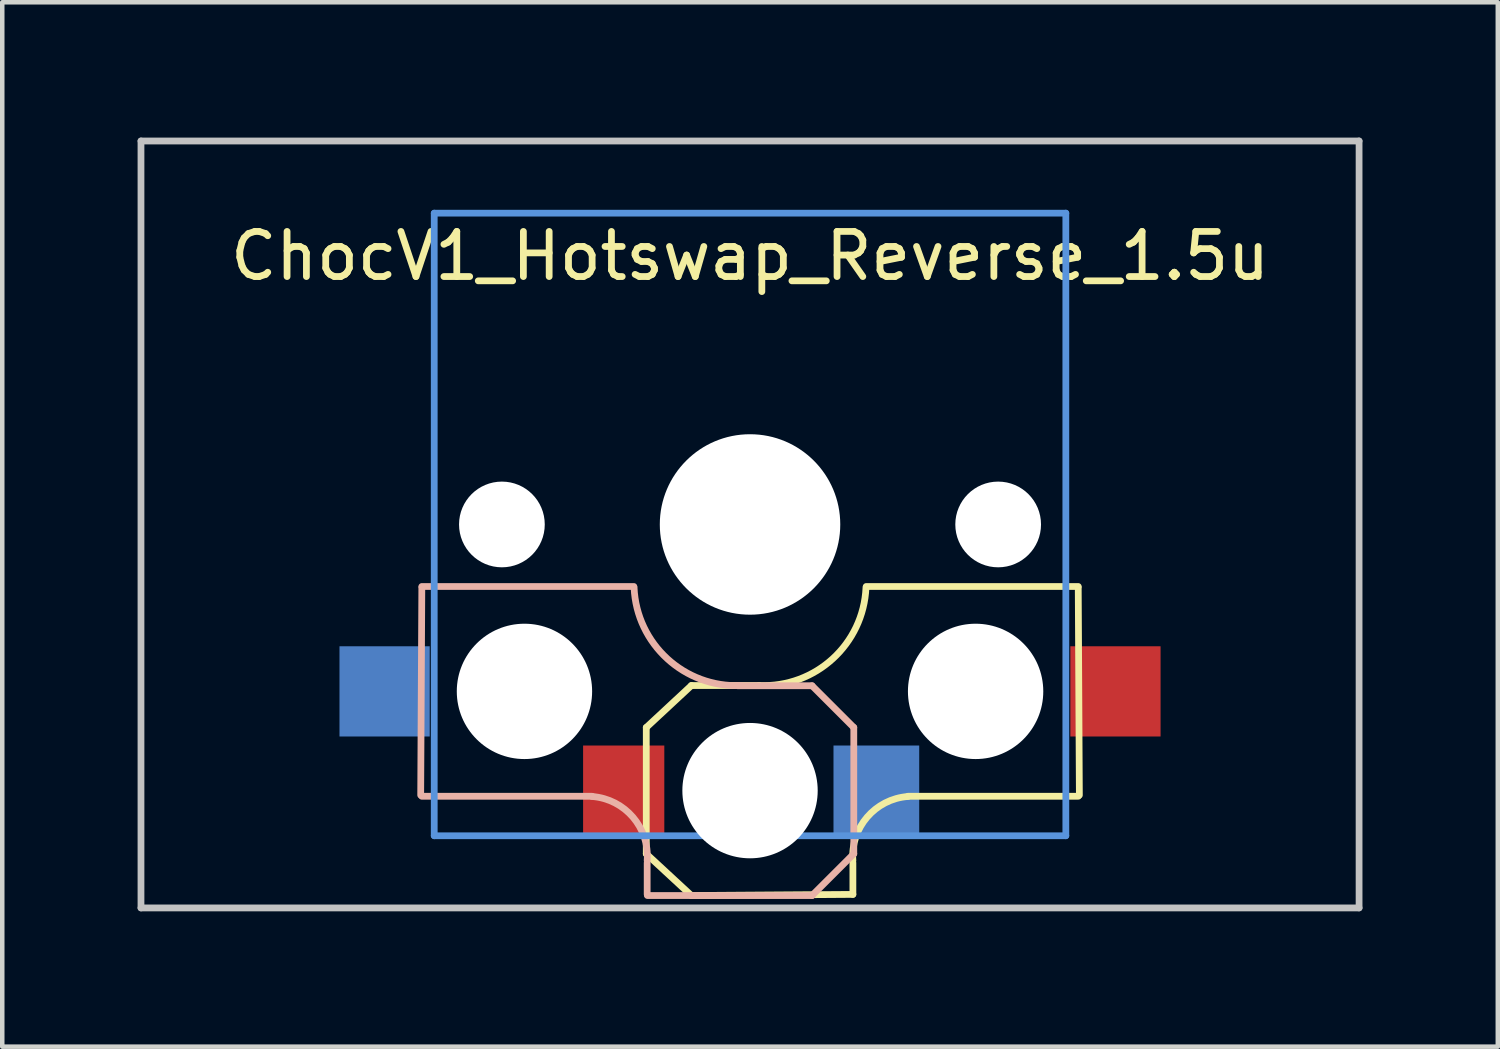
<source format=kicad_pcb>
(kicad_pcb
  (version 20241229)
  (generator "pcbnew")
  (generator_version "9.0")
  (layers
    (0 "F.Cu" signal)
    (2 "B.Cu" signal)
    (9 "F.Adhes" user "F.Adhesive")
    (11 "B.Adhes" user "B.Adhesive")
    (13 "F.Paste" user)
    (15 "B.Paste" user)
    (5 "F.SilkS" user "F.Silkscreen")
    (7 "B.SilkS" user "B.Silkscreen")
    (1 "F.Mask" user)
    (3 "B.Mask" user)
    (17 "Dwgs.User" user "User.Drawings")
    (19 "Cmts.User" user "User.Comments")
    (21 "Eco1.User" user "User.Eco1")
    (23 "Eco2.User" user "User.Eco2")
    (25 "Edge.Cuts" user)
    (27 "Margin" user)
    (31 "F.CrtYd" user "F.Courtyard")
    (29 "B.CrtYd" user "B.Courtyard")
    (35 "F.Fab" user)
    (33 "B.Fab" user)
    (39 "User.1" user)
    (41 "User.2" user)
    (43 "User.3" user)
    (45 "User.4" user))
  (footprint "ChocV1_Hotswap_Reverse_1.5u"
    (layer "F.Cu")
    (at 13.575 8.575)
    (property "Reference" "ChocV1_Hotswap_Reverse_1.5u" (at 0 -5.95 0) (layer "F.SilkS") (effects (font (size 1 1) (thickness 0.15))))
    (attr through_hole)
    (fp_line (start -2.3 4.5) (end -2.3 7.3) (stroke (width 0.15) (type solid)) (layer "F.SilkS"))
    (fp_line (start -2.3 4.5) (end -1.3 3.57) (stroke (width 0.15) (type solid)) (layer "F.SilkS"))
    (fp_line (start -2.3 7.3) (end -1.3 8.225) (stroke (width 0.15) (type solid)) (layer "F.SilkS"))
    (fp_line (start -1.3 3.57) (end 0.2 3.57) (stroke (width 0.15) (type solid)) (layer "F.SilkS"))
    (fp_line (start -1.3 8.225) (end 2.28 8.2) (stroke (width 0.15) (type solid)) (layer "F.SilkS"))
    (fp_line (start 2.28 7.5) (end 2.28 8.2) (stroke (width 0.15) (type solid)) (layer "F.SilkS"))
    (fp_line (start 2.575 1.375) (end 7.275 1.375) (stroke (width 0.15) (type solid)) (layer "F.SilkS"))
    (fp_line (start 3.5 6.025) (end 7.275 6.025) (stroke (width 0.15) (type solid)) (layer "F.SilkS"))
    (fp_line (start 7.275 1.4) (end 7.3 6) (stroke (width 0.15) (type solid)) (layer "F.SilkS"))
    (fp_arc (start 2.28 7.45) (mid 2.595908 6.48733) (end 3.5 6.03) (stroke (width 0.15) (type solid)) (layer "F.SilkS"))
    (fp_arc (start 2.57 1.4) (mid 1.834422 2.975843) (end 0.2 3.57) (stroke (width 0.15) (type solid)) (layer "F.SilkS"))
    (fp_line (start -7.275 1.4) (end -7.3 6) (stroke (width 0.15) (type solid)) (layer "B.SilkS"))
    (fp_line (start -3.5 6.025) (end -7.275 6.025) (stroke (width 0.15) (type solid)) (layer "B.SilkS"))
    (fp_line (start -2.575 1.375) (end -7.275 1.375) (stroke (width 0.15) (type solid)) (layer "B.SilkS"))
    (fp_line (start -2.28 7.5) (end -2.28 8.2) (stroke (width 0.15) (type solid)) (layer "B.SilkS"))
    (fp_line (start 1.375 3.575) (end -0.275 3.575) (stroke (width 0.15) (type solid)) (layer "B.SilkS"))
    (fp_line (start 1.375 8.225) (end -2.275 8.225) (stroke (width 0.15) (type solid)) (layer "B.SilkS"))
    (fp_line (start 1.375 8.225) (end 2.3 7.3) (stroke (width 0.15) (type solid)) (layer "B.SilkS"))
    (fp_line (start 2.3 4.5) (end 1.375 3.575) (stroke (width 0.15) (type solid)) (layer "B.SilkS"))
    (fp_line (start 2.3 4.5) (end 2.3 7.3) (stroke (width 0.15) (type solid)) (layer "B.SilkS"))
    (fp_arc (start -3.5 6.03) (mid -2.595908 6.48733) (end -2.28 7.45) (stroke (width 0.15) (type solid)) (layer "B.SilkS"))
    (fp_arc (start -0.2 3.57) (mid -1.834422 2.975843) (end -2.57 1.4) (stroke (width 0.15) (type solid)) (layer "B.SilkS"))
    (fp_line (start -13.5 -8.5) (end 13.5 -8.5) (stroke (width 0.15) (type solid)) (layer "Dwgs.User"))
    (fp_line (start -13.5 8.5) (end -13.5 -8.5) (stroke (width 0.15) (type solid)) (layer "Dwgs.User"))
    (fp_line (start 13.5 -8.5) (end 13.5 8.5) (stroke (width 0.15) (type solid)) (layer "Dwgs.User"))
    (fp_line (start 13.5 8.5) (end -13.5 8.5) (stroke (width 0.15) (type solid)) (layer "Dwgs.User"))
    (fp_line (start -7 -6.9) (end 7 -6.9) (stroke (width 0.15) (type solid)) (layer "Cmts.User"))
    (fp_line (start -7 6.9) (end -7 -6.9) (stroke (width 0.15) (type solid)) (layer "Cmts.User"))
    (fp_line (start 7 -6.9) (end 7 6.9) (stroke (width 0.15) (type solid)) (layer "Cmts.User"))
    (fp_line (start 7 6.9) (end -7 6.9) (stroke (width 0.15) (type solid)) (layer "Cmts.User"))
    (pad "" np_thru_hole circle (at -5.5 0 90) (size 1.9 1.9) (drill 1.9) (layers "*.Cu" "*.Mask"))
    (pad "" np_thru_hole circle (at -5 3.7 90) (size 3 3) (drill 3) (layers "*.Cu" "*.Mask"))
    (pad "" np_thru_hole circle (at 0 0 90) (size 4 4) (drill 4) (layers "*.Cu" "*.Mask"))
    (pad "" np_thru_hole circle (at 0 5.9 90) (size 3 3) (drill 3) (layers "*.Cu" "*.Mask"))
    (pad "" np_thru_hole circle (at 5 3.7 270) (size 3 3) (drill 3) (layers "*.Cu" "*.Mask"))
    (pad "" np_thru_hole circle (at 5.5 0 90) (size 1.9 1.9) (drill 1.9) (layers "*.Cu" "*.Mask"))
    (pad "1" smd rect (at -8.1 3.7 180) (size 2 2) (layers "B.Cu" "B.Mask" "B.Paste"))
    (pad "1" smd rect (at 8.1 3.7 180) (size 2 2) (layers "F.Cu" "F.Mask" "F.Paste"))
    (pad "2" smd rect (at -2.8 5.9 180) (size 1.8 2) (layers "F.Cu" "F.Mask" "F.Paste"))
    (pad "2" smd rect (at 2.8 5.9 180) (size 1.9 2) (layers "B.Cu" "B.Mask" "B.Paste")))
  (gr_rect
    (start -3 -3)
    (end 30.15 20.15)
    (stroke (width 0.1) (type default))
    (fill no)
    (layer "Edge.Cuts")))
</source>
